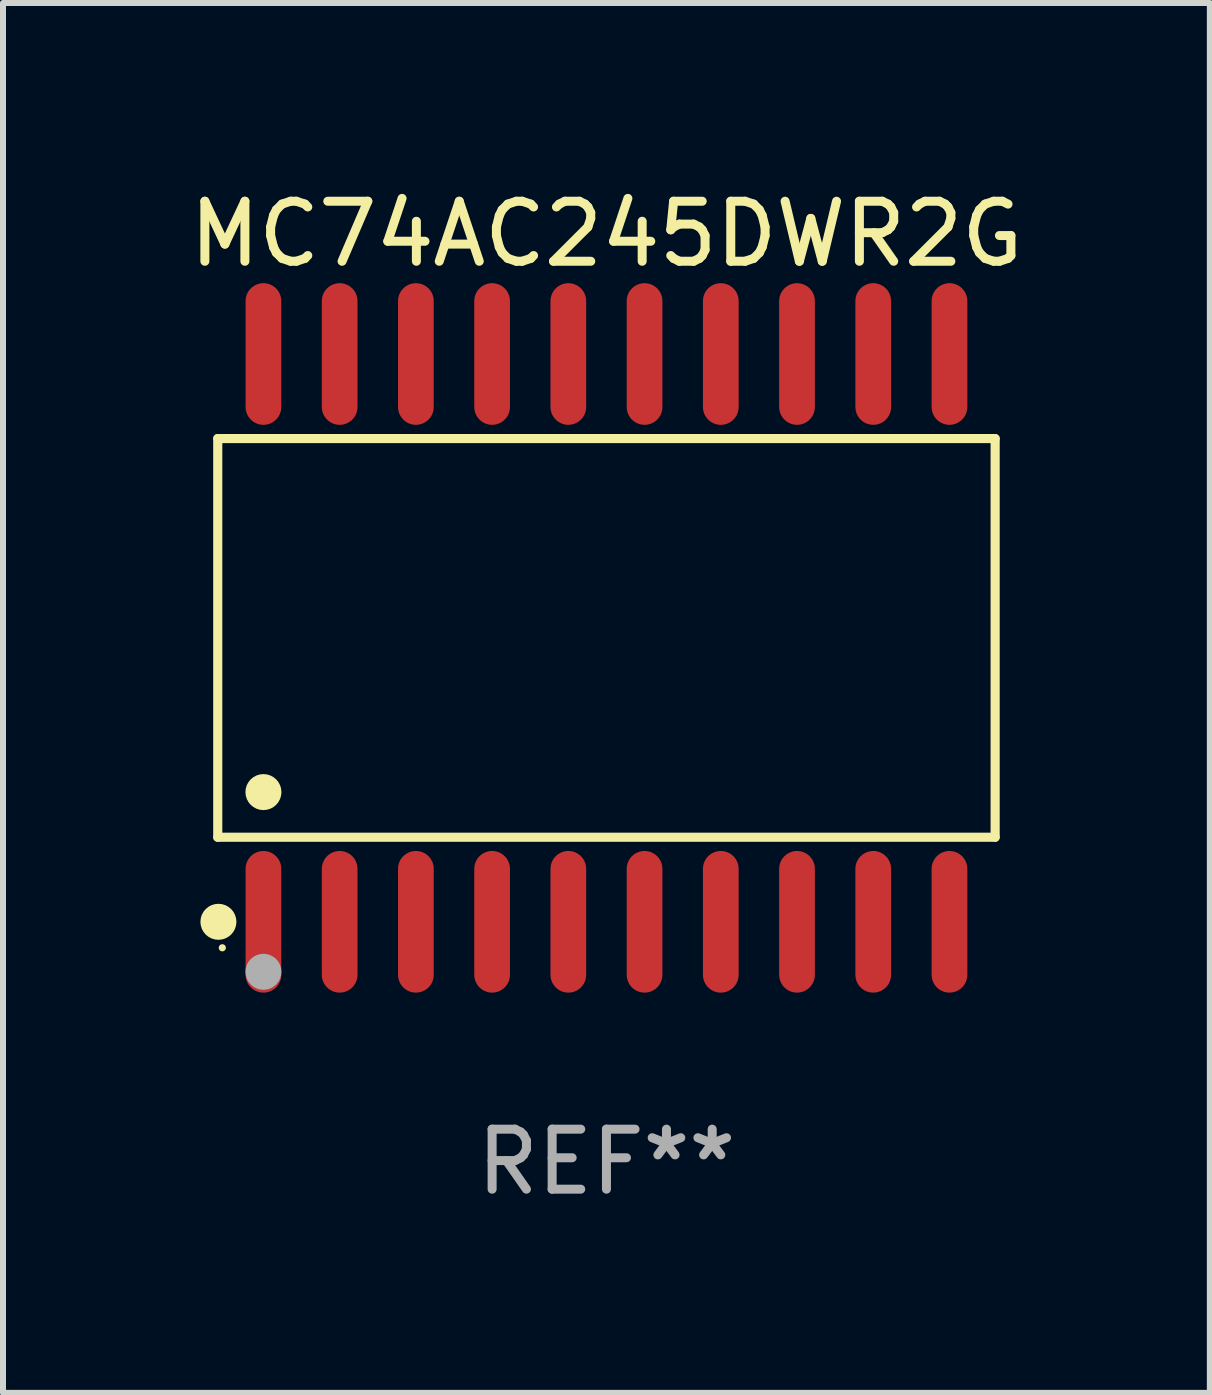
<source format=kicad_pcb>
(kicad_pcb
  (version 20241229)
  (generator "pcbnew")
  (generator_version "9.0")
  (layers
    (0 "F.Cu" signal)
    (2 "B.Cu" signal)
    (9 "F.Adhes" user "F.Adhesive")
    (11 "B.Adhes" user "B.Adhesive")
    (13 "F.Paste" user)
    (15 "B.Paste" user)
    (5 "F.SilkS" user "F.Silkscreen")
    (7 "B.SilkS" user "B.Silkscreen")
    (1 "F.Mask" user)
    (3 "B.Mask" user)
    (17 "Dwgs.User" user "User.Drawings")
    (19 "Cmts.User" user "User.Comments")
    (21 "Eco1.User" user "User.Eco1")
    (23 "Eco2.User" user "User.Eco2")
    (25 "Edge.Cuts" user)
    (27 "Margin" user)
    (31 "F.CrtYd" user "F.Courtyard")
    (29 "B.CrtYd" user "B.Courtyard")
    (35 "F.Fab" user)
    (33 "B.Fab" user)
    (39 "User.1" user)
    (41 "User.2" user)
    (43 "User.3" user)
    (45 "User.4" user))
  (footprint "MC74AC245DWR2G"
    (layer "F.Cu")
    (at 7.054 7.578)
    (property "Reference" "MC74AC245DWR2G" (at 0 -6.73 0) (layer "F.SilkS") (effects (font (size 1 1) (thickness 0.15))))
    (attr through_hole)
    (fp_line (start -6.476 -3.321) (end 6.476 -3.321) (stroke (width 0.152) (type solid)) (layer "F.SilkS"))
    (fp_line (start -6.476 3.321) (end -6.476 -3.321) (stroke (width 0.152) (type solid)) (layer "F.SilkS"))
    (fp_line (start 6.476 -3.321) (end 6.476 3.321) (stroke (width 0.152) (type solid)) (layer "F.SilkS"))
    (fp_line (start 6.476 3.321) (end -6.476 3.321) (stroke (width 0.152) (type solid)) (layer "F.SilkS"))
    (fp_circle (center -6.465 4.73) (end -6.315 4.73) (stroke (width 0.3) (type solid)) (fill no) (layer "F.SilkS"))
    (fp_circle (center -6.4 5.163) (end -6.37 5.163) (stroke (width 0.06) (type solid)) (fill no) (layer "F.SilkS"))
    (fp_circle (center -5.715 2.569) (end -5.565 2.569) (stroke (width 0.3) (type solid)) (fill no) (layer "F.SilkS"))
    (fp_circle (center -5.715 5.563) (end -5.565 5.563) (stroke (width 0.3) (type solid)) (fill no) (layer "F.Fab"))
    (fp_text user "REF**" (at 0 8.73 0) (layer "F.Fab") (effects (font (size 1 1) (thickness 0.15))))
    (pad "1" smd oval (at -5.715 4.73) (size 0.595 2.36) (layers "F.Cu" "F.Mask" "F.Paste"))
    (pad "2" smd oval (at -4.445 4.73) (size 0.595 2.36) (layers "F.Cu" "F.Mask" "F.Paste"))
    (pad "3" smd oval (at -3.175 4.73) (size 0.595 2.36) (layers "F.Cu" "F.Mask" "F.Paste"))
    (pad "4" smd oval (at -1.905 4.73) (size 0.595 2.36) (layers "F.Cu" "F.Mask" "F.Paste"))
    (pad "5" smd oval (at -0.635 4.73) (size 0.595 2.36) (layers "F.Cu" "F.Mask" "F.Paste"))
    (pad "6" smd oval (at 0.635 4.73) (size 0.595 2.36) (layers "F.Cu" "F.Mask" "F.Paste"))
    (pad "7" smd oval (at 1.905 4.73) (size 0.595 2.36) (layers "F.Cu" "F.Mask" "F.Paste"))
    (pad "8" smd oval (at 3.175 4.73) (size 0.595 2.36) (layers "F.Cu" "F.Mask" "F.Paste"))
    (pad "9" smd oval (at 4.445 4.73) (size 0.595 2.36) (layers "F.Cu" "F.Mask" "F.Paste"))
    (pad "10" smd oval (at 5.715 4.73) (size 0.595 2.36) (layers "F.Cu" "F.Mask" "F.Paste"))
    (pad "11" smd oval (at 5.715 -4.73) (size 0.595 2.36) (layers "F.Cu" "F.Mask" "F.Paste"))
    (pad "12" smd oval (at 4.445 -4.73) (size 0.595 2.36) (layers "F.Cu" "F.Mask" "F.Paste"))
    (pad "13" smd oval (at 3.175 -4.73) (size 0.595 2.36) (layers "F.Cu" "F.Mask" "F.Paste"))
    (pad "14" smd oval (at 1.905 -4.73) (size 0.595 2.36) (layers "F.Cu" "F.Mask" "F.Paste"))
    (pad "15" smd oval (at 0.635 -4.73) (size 0.595 2.36) (layers "F.Cu" "F.Mask" "F.Paste"))
    (pad "16" smd oval (at -0.635 -4.73) (size 0.595 2.36) (layers "F.Cu" "F.Mask" "F.Paste"))
    (pad "17" smd oval (at -1.905 -4.73) (size 0.595 2.36) (layers "F.Cu" "F.Mask" "F.Paste"))
    (pad "18" smd oval (at -3.175 -4.73) (size 0.595 2.36) (layers "F.Cu" "F.Mask" "F.Paste"))
    (pad "19" smd oval (at -4.445 -4.73) (size 0.595 2.36) (layers "F.Cu" "F.Mask" "F.Paste"))
    (pad "20" smd oval (at -5.715 -4.73) (size 0.595 2.36) (layers "F.Cu" "F.Mask" "F.Paste")))
  (gr_rect
    (start -3 -3)
    (end 17.107 20.156)
    (stroke (width 0.1) (type default))
    (fill no)
    (layer "Edge.Cuts")))
</source>
